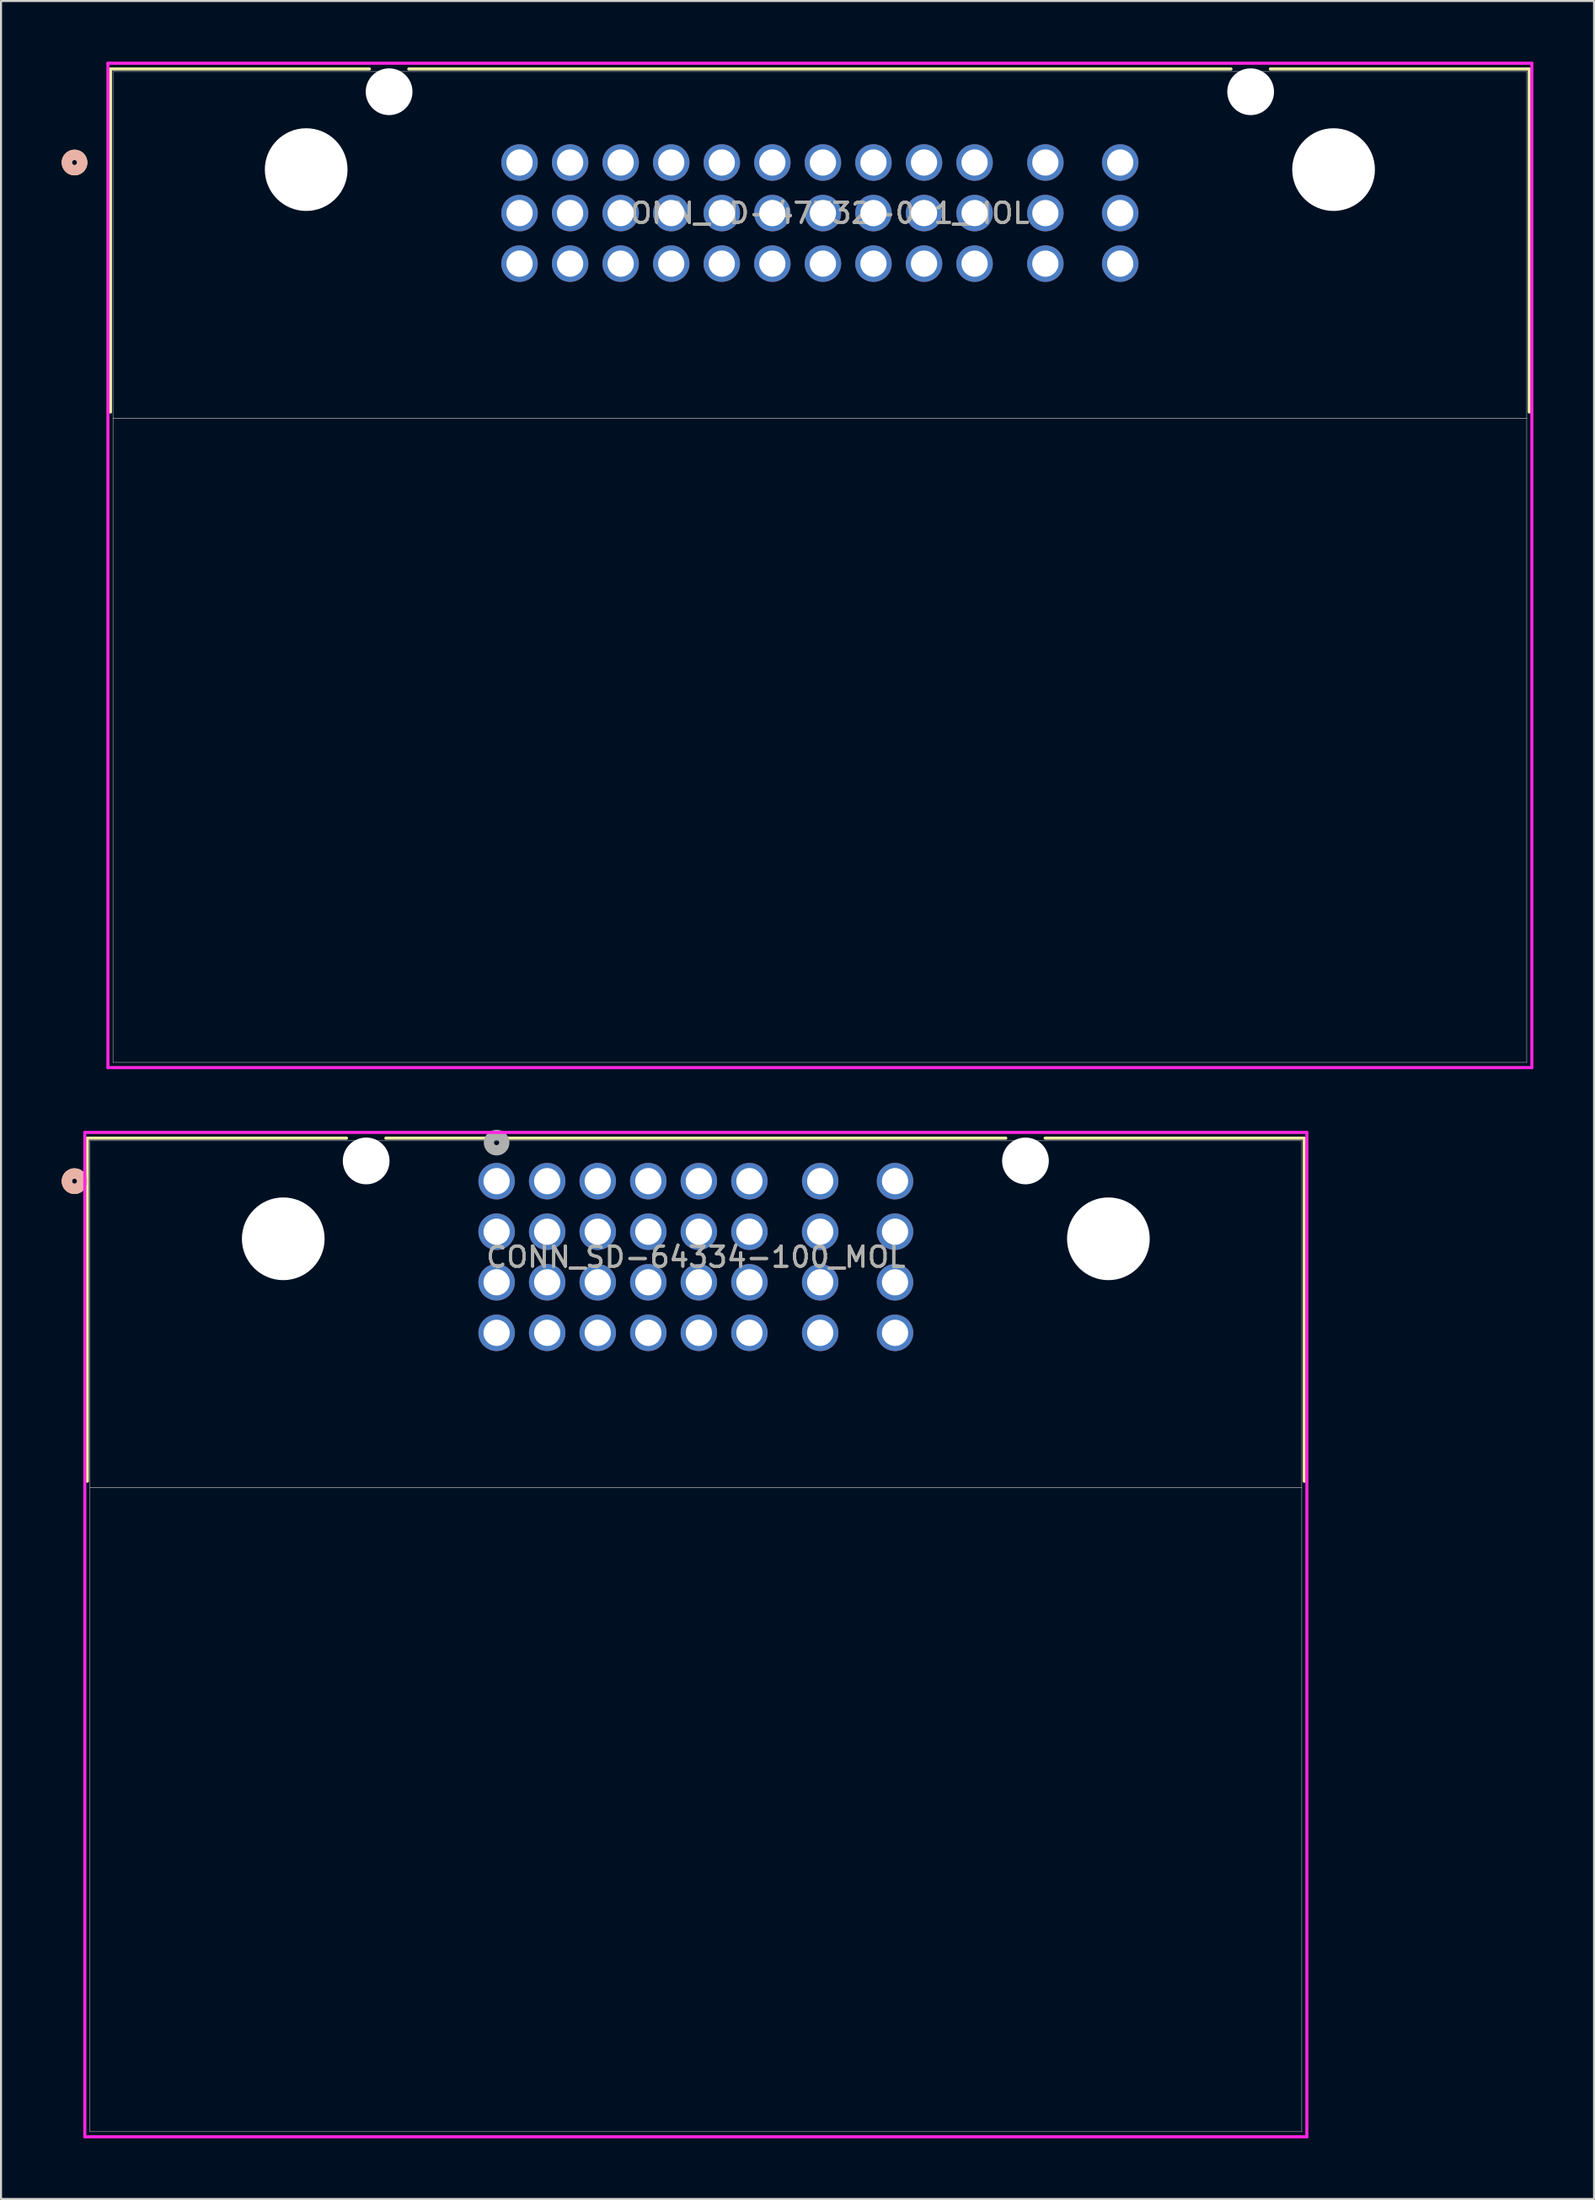
<source format=kicad_pcb>
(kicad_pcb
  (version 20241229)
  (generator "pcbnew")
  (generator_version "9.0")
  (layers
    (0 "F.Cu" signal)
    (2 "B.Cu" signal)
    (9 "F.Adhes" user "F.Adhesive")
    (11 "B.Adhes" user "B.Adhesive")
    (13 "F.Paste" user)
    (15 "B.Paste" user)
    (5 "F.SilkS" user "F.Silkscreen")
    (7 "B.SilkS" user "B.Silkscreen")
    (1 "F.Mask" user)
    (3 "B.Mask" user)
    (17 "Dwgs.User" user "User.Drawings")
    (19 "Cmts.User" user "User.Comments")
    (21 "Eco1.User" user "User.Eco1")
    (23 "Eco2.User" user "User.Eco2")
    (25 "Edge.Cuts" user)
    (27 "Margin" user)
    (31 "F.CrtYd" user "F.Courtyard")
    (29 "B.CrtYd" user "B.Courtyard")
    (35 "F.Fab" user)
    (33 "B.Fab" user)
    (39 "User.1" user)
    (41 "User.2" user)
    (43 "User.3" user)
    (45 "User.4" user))
  (footprint "CONN_SD-47732-001_MOL"
    (layer "F.Cu")
    (at 22.64 4.986)
    (property "Reference" "CONN_SD-47732-001_MOL" (at 14.85 2.5 0) (unlocked yes) (layer "F.SilkS") (effects (font (size 1 1) (thickness 0.15))))
    (attr through_hole)
    (fp_line (start -20.227 -4.627) (end -20.227 12.337) (stroke (width 0.152) (type solid)) (layer "F.SilkS"))
    (fp_line (start -7.422 -4.627) (end -20.227 -4.627) (stroke (width 0.152) (type solid)) (layer "F.SilkS"))
    (fp_line (start 35.178 -4.627) (end -5.478 -4.627) (stroke (width 0.152) (type solid)) (layer "F.SilkS"))
    (fp_line (start 49.927 -4.627) (end 37.122 -4.627) (stroke (width 0.152) (type solid)) (layer "F.SilkS"))
    (fp_line (start 49.927 12.337) (end 49.927 -4.627) (stroke (width 0.152) (type solid)) (layer "F.SilkS"))
    (fp_circle (center -22.005 0) (end -21.624 0) (stroke (width 0.508) (type solid)) (fill no) (layer "F.SilkS"))
    (fp_circle (center -22.005 0) (end -21.624 0) (stroke (width 0.508) (type solid)) (fill no) (layer "B.SilkS"))
    (fp_line (start -20.1 12.645) (end 49.8 12.645) (stroke (width 0.025) (type solid)) (layer "Edge.Cuts"))
    (fp_line (start -20.354 -4.91) (end -20.354 44.751) (stroke (width 0.152) (type solid)) (layer "F.CrtYd"))
    (fp_line (start -20.354 44.751) (end 50.054 44.751) (stroke (width 0.152) (type solid)) (layer "F.CrtYd"))
    (fp_line (start 50.054 -4.91) (end -20.354 -4.91) (stroke (width 0.152) (type solid)) (layer "F.CrtYd"))
    (fp_line (start 50.054 44.751) (end 50.054 -4.91) (stroke (width 0.152) (type solid)) (layer "F.CrtYd"))
    (fp_line (start -20.1 -4.5) (end -20.1 44.497) (stroke (width 0.025) (type solid)) (layer "F.Fab"))
    (fp_line (start -20.1 44.497) (end 49.8 44.497) (stroke (width 0.025) (type solid)) (layer "F.Fab"))
    (fp_line (start 49.8 -4.5) (end -20.1 -4.5) (stroke (width 0.025) (type solid)) (layer "F.Fab"))
    (fp_line (start 49.8 44.497) (end 49.8 -4.5) (stroke (width 0.025) (type solid)) (layer "F.Fab"))
    (fp_circle (center 0 0) (end 0.381 0) (stroke (width 0.508) (type solid)) (fill no) (layer "F.Fab"))
    (fp_text user "${REFERENCE}" (at 14.85 2.5 0) (unlocked yes) (layer "F.Fab") (effects (font (size 1 1) (thickness 0.15))))
    (pad "" np_thru_hole circle (at -10.55 0.35) (size 4.089 4.089) (drill 4.089) (layers "*.Cu" "*.Mask"))
    (pad "" np_thru_hole circle (at -6.45 -3.5) (size 2.311 2.311) (drill 2.311) (layers "*.Cu" "*.Mask"))
    (pad "" np_thru_hole circle (at 36.15 -3.5) (size 2.311 2.311) (drill 2.311) (layers "*.Cu" "*.Mask"))
    (pad "" np_thru_hole circle (at 40.25 0.35) (size 4.089 4.089) (drill 4.089) (layers "*.Cu" "*.Mask"))
    (pad "A2" thru_hole circle (at 0 0) (size 1.803 1.803) (drill 1.295) (layers "*.Cu" "*.Mask"))
    (pad "A3" thru_hole circle (at 0 2.5) (size 1.803 1.803) (drill 1.295) (layers "*.Cu" "*.Mask"))
    (pad "A4" thru_hole circle (at 0 5) (size 1.803 1.803) (drill 1.295) (layers "*.Cu" "*.Mask"))
    (pad "B2" thru_hole circle (at 2.5 0) (size 1.803 1.803) (drill 1.295) (layers "*.Cu" "*.Mask"))
    (pad "B3" thru_hole circle (at 2.5 2.5) (size 1.803 1.803) (drill 1.295) (layers "*.Cu" "*.Mask"))
    (pad "B4" thru_hole circle (at 2.5 5) (size 1.803 1.803) (drill 1.295) (layers "*.Cu" "*.Mask"))
    (pad "C2" thru_hole circle (at 5 0) (size 1.803 1.803) (drill 1.295) (layers "*.Cu" "*.Mask"))
    (pad "C3" thru_hole circle (at 5 2.5) (size 1.803 1.803) (drill 1.295) (layers "*.Cu" "*.Mask"))
    (pad "C4" thru_hole circle (at 5 5) (size 1.803 1.803) (drill 1.295) (layers "*.Cu" "*.Mask"))
    (pad "D2" thru_hole circle (at 7.5 0) (size 1.803 1.803) (drill 1.295) (layers "*.Cu" "*.Mask"))
    (pad "D3" thru_hole circle (at 7.5 2.5) (size 1.803 1.803) (drill 1.295) (layers "*.Cu" "*.Mask"))
    (pad "D4" thru_hole circle (at 7.5 5) (size 1.803 1.803) (drill 1.295) (layers "*.Cu" "*.Mask"))
    (pad "E2" thru_hole circle (at 10 0) (size 1.803 1.803) (drill 1.295) (layers "*.Cu" "*.Mask"))
    (pad "E3" thru_hole circle (at 10 2.5) (size 1.803 1.803) (drill 1.295) (layers "*.Cu" "*.Mask"))
    (pad "E4" thru_hole circle (at 10 5) (size 1.803 1.803) (drill 1.295) (layers "*.Cu" "*.Mask"))
    (pad "F2" thru_hole circle (at 12.5 0) (size 1.803 1.803) (drill 1.295) (layers "*.Cu" "*.Mask"))
    (pad "F3" thru_hole circle (at 12.5 2.5) (size 1.803 1.803) (drill 1.295) (layers "*.Cu" "*.Mask"))
    (pad "F4" thru_hole circle (at 12.5 5) (size 1.803 1.803) (drill 1.295) (layers "*.Cu" "*.Mask"))
    (pad "G2" thru_hole circle (at 15 0) (size 1.803 1.803) (drill 1.295) (layers "*.Cu" "*.Mask"))
    (pad "G3" thru_hole circle (at 15 2.5) (size 1.803 1.803) (drill 1.295) (layers "*.Cu" "*.Mask"))
    (pad "G4" thru_hole circle (at 15 5) (size 1.803 1.803) (drill 1.295) (layers "*.Cu" "*.Mask"))
    (pad "H2" thru_hole circle (at 17.5 0) (size 1.803 1.803) (drill 1.295) (layers "*.Cu" "*.Mask"))
    (pad "H3" thru_hole circle (at 17.5 2.5) (size 1.803 1.803) (drill 1.295) (layers "*.Cu" "*.Mask"))
    (pad "H4" thru_hole circle (at 17.5 5) (size 1.803 1.803) (drill 1.295) (layers "*.Cu" "*.Mask"))
    (pad "J2" thru_hole circle (at 20 0) (size 1.803 1.803) (drill 1.295) (layers "*.Cu" "*.Mask"))
    (pad "J3" thru_hole circle (at 20 2.5) (size 1.803 1.803) (drill 1.295) (layers "*.Cu" "*.Mask"))
    (pad "J4" thru_hole circle (at 20 5) (size 1.803 1.803) (drill 1.295) (layers "*.Cu" "*.Mask"))
    (pad "K2" thru_hole circle (at 22.5 0) (size 1.803 1.803) (drill 1.295) (layers "*.Cu" "*.Mask"))
    (pad "K3" thru_hole circle (at 22.5 2.5) (size 1.803 1.803) (drill 1.295) (layers "*.Cu" "*.Mask"))
    (pad "K4" thru_hole circle (at 22.5 5) (size 1.803 1.803) (drill 1.295) (layers "*.Cu" "*.Mask"))
    (pad "L2" thru_hole circle (at 26 0) (size 1.803 1.803) (drill 1.295) (layers "*.Cu" "*.Mask"))
    (pad "L3" thru_hole circle (at 26 2.5) (size 1.803 1.803) (drill 1.295) (layers "*.Cu" "*.Mask"))
    (pad "L4" thru_hole circle (at 26 5) (size 1.803 1.803) (drill 1.295) (layers "*.Cu" "*.Mask"))
    (pad "M2" thru_hole circle (at 29.7 0) (size 1.803 1.803) (drill 1.295) (layers "*.Cu" "*.Mask"))
    (pad "M3" thru_hole circle (at 29.7 2.5) (size 1.803 1.803) (drill 1.295) (layers "*.Cu" "*.Mask"))
    (pad "M4" thru_hole circle (at 29.7 5) (size 1.803 1.803) (drill 1.295) (layers "*.Cu" "*.Mask")))
  (footprint "CONN_SD-64334-100_MOL"
    (layer "F.Cu")
    (at 21.506 55.353)
    (property "Reference" "CONN_SD-64334-100_MOL" (at 9.85 3.75 0) (unlocked yes) (layer "F.SilkS") (effects (font (size 1 1) (thickness 0.15))))
    (attr through_hole)
    (fp_line (start -20.236 -2.127) (end -20.236 14.837) (stroke (width 0.152) (type solid)) (layer "F.SilkS"))
    (fp_line (start -7.422 -2.127) (end -20.236 -2.127) (stroke (width 0.152) (type solid)) (layer "F.SilkS"))
    (fp_line (start 25.178 -2.127) (end -5.478 -2.127) (stroke (width 0.152) (type solid)) (layer "F.SilkS"))
    (fp_line (start 39.936 -2.127) (end 27.122 -2.127) (stroke (width 0.152) (type solid)) (layer "F.SilkS"))
    (fp_line (start 39.936 14.837) (end 39.936 -2.127) (stroke (width 0.152) (type solid)) (layer "F.SilkS"))
    (fp_circle (center -20.871 0) (end -20.49 0) (stroke (width 0.508) (type solid)) (fill no) (layer "F.SilkS"))
    (fp_circle (center -20.871 0) (end -20.49 0) (stroke (width 0.508) (type solid)) (fill no) (layer "B.SilkS"))
    (fp_line (start -20.109 15.145) (end 39.809 15.145) (stroke (width 0.025) (type solid)) (layer "Edge.Cuts"))
    (fp_line (start -20.363 -2.41) (end -20.363 47.251) (stroke (width 0.152) (type solid)) (layer "F.CrtYd"))
    (fp_line (start -20.363 47.251) (end 40.063 47.251) (stroke (width 0.152) (type solid)) (layer "F.CrtYd"))
    (fp_line (start 40.063 -2.41) (end -20.363 -2.41) (stroke (width 0.152) (type solid)) (layer "F.CrtYd"))
    (fp_line (start 40.063 47.251) (end 40.063 -2.41) (stroke (width 0.152) (type solid)) (layer "F.CrtYd"))
    (fp_line (start -20.109 -2) (end -20.109 46.997) (stroke (width 0.025) (type solid)) (layer "F.Fab"))
    (fp_line (start -20.109 46.997) (end 39.809 46.997) (stroke (width 0.025) (type solid)) (layer "F.Fab"))
    (fp_line (start 39.809 -2) (end -20.109 -2) (stroke (width 0.025) (type solid)) (layer "F.Fab"))
    (fp_line (start 39.809 46.997) (end 39.809 -2) (stroke (width 0.025) (type solid)) (layer "F.Fab"))
    (fp_circle (center 0 -1.905) (end 0.381 -1.905) (stroke (width 0.508) (type solid)) (fill no) (layer "F.Fab"))
    (fp_text user "${REFERENCE}" (at 9.85 3.75 0) (unlocked yes) (layer "F.Fab") (effects (font (size 1 1) (thickness 0.15))))
    (pad "" np_thru_hole circle (at -10.55 2.85) (size 4.089 4.089) (drill 4.089) (layers "*.Cu" "*.Mask"))
    (pad "" np_thru_hole circle (at -6.45 -1) (size 2.311 2.311) (drill 2.311) (layers "*.Cu" "*.Mask"))
    (pad "" np_thru_hole circle (at 26.15 -1) (size 2.311 2.311) (drill 2.311) (layers "*.Cu" "*.Mask"))
    (pad "" np_thru_hole circle (at 30.25 2.85) (size 4.089 4.089) (drill 4.089) (layers "*.Cu" "*.Mask"))
    (pad "A1" thru_hole circle (at 0 0) (size 1.803 1.803) (drill 1.295) (layers "*.Cu" "*.Mask"))
    (pad "A2" thru_hole circle (at 0 2.5) (size 1.803 1.803) (drill 1.295) (layers "*.Cu" "*.Mask"))
    (pad "A3" thru_hole circle (at 0 5) (size 1.803 1.803) (drill 1.295) (layers "*.Cu" "*.Mask"))
    (pad "A4" thru_hole circle (at 0 7.5) (size 1.803 1.803) (drill 1.295) (layers "*.Cu" "*.Mask"))
    (pad "B1" thru_hole circle (at 2.5 0) (size 1.803 1.803) (drill 1.295) (layers "*.Cu" "*.Mask"))
    (pad "B2" thru_hole circle (at 2.5 2.5) (size 1.803 1.803) (drill 1.295) (layers "*.Cu" "*.Mask"))
    (pad "B3" thru_hole circle (at 2.5 5) (size 1.803 1.803) (drill 1.295) (layers "*.Cu" "*.Mask"))
    (pad "B4" thru_hole circle (at 2.5 7.5) (size 1.803 1.803) (drill 1.295) (layers "*.Cu" "*.Mask"))
    (pad "C1" thru_hole circle (at 5 0) (size 1.803 1.803) (drill 1.295) (layers "*.Cu" "*.Mask"))
    (pad "C2" thru_hole circle (at 5 2.5) (size 1.803 1.803) (drill 1.295) (layers "*.Cu" "*.Mask"))
    (pad "C3" thru_hole circle (at 5 5) (size 1.803 1.803) (drill 1.295) (layers "*.Cu" "*.Mask"))
    (pad "C4" thru_hole circle (at 5 7.5) (size 1.803 1.803) (drill 1.295) (layers "*.Cu" "*.Mask"))
    (pad "D1" thru_hole circle (at 7.5 0) (size 1.803 1.803) (drill 1.295) (layers "*.Cu" "*.Mask"))
    (pad "D2" thru_hole circle (at 7.5 2.5) (size 1.803 1.803) (drill 1.295) (layers "*.Cu" "*.Mask"))
    (pad "D3" thru_hole circle (at 7.5 5) (size 1.803 1.803) (drill 1.295) (layers "*.Cu" "*.Mask"))
    (pad "D4" thru_hole circle (at 7.5 7.5) (size 1.803 1.803) (drill 1.295) (layers "*.Cu" "*.Mask"))
    (pad "E1" thru_hole circle (at 10 0) (size 1.803 1.803) (drill 1.295) (layers "*.Cu" "*.Mask"))
    (pad "E2" thru_hole circle (at 10 2.5) (size 1.803 1.803) (drill 1.295) (layers "*.Cu" "*.Mask"))
    (pad "E3" thru_hole circle (at 10 5) (size 1.803 1.803) (drill 1.295) (layers "*.Cu" "*.Mask"))
    (pad "E4" thru_hole circle (at 10 7.5) (size 1.803 1.803) (drill 1.295) (layers "*.Cu" "*.Mask"))
    (pad "F1" thru_hole circle (at 12.5 0) (size 1.803 1.803) (drill 1.295) (layers "*.Cu" "*.Mask"))
    (pad "F2" thru_hole circle (at 12.5 2.5) (size 1.803 1.803) (drill 1.295) (layers "*.Cu" "*.Mask"))
    (pad "F3" thru_hole circle (at 12.5 5) (size 1.803 1.803) (drill 1.295) (layers "*.Cu" "*.Mask"))
    (pad "F4" thru_hole circle (at 12.5 7.5) (size 1.803 1.803) (drill 1.295) (layers "*.Cu" "*.Mask"))
    (pad "G1" thru_hole circle (at 16 0) (size 1.803 1.803) (drill 1.295) (layers "*.Cu" "*.Mask"))
    (pad "G2" thru_hole circle (at 16 2.5) (size 1.803 1.803) (drill 1.295) (layers "*.Cu" "*.Mask"))
    (pad "G3" thru_hole circle (at 16 5) (size 1.803 1.803) (drill 1.295) (layers "*.Cu" "*.Mask"))
    (pad "G4" thru_hole circle (at 16 7.5) (size 1.803 1.803) (drill 1.295) (layers "*.Cu" "*.Mask"))
    (pad "H1" thru_hole circle (at 19.7 0) (size 1.803 1.803) (drill 1.295) (layers "*.Cu" "*.Mask"))
    (pad "H2" thru_hole circle (at 19.7 2.5) (size 1.803 1.803) (drill 1.295) (layers "*.Cu" "*.Mask"))
    (pad "H3" thru_hole circle (at 19.7 5) (size 1.803 1.803) (drill 1.295) (layers "*.Cu" "*.Mask"))
    (pad "H4" thru_hole circle (at 19.7 7.5) (size 1.803 1.803) (drill 1.295) (layers "*.Cu" "*.Mask")))
  (gr_rect
    (start -3 -3)
    (end 75.771 105.68)
    (stroke (width 0.1) (type default))
    (fill no)
    (layer "Edge.Cuts")))
</source>
